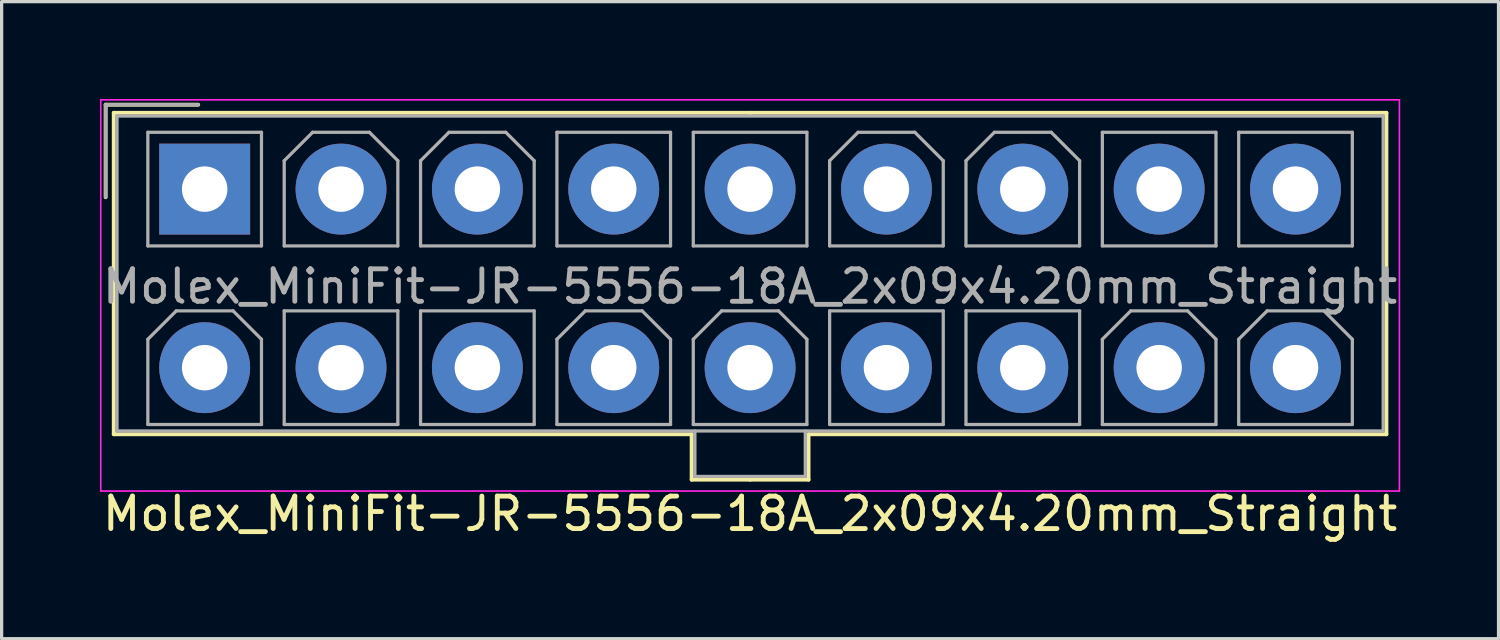
<source format=kicad_pcb>
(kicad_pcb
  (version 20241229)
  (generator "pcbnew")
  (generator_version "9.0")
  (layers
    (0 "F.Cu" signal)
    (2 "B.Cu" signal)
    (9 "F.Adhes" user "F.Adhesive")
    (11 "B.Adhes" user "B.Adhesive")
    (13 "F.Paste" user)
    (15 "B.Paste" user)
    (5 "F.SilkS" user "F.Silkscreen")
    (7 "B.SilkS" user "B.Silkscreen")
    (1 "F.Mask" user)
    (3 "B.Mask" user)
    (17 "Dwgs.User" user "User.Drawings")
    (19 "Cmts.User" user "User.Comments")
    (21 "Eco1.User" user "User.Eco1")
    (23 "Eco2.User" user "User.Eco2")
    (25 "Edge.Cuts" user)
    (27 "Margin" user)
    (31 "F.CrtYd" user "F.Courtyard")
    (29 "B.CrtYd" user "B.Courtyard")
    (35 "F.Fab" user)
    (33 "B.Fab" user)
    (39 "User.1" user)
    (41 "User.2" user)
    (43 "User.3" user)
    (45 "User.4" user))
  (footprint "Molex_MiniFit-JR-5556-18A_2x09x4.20mm_Straight"
    (layer "F.Cu")
    (at 3.254 2.775)
    (property "Reference" "Molex_MiniFit-JR-5556-18A_2x09x4.20mm_Straight" (at 16.8 10 0) (layer "F.SilkS") (effects (font (size 1 1) (thickness 0.15))))
    (attr through_hole)
    (fp_line (start -3.05 -2.6) (end -3.05 0.25) (stroke (width 0.12) (type solid)) (layer "F.SilkS"))
    (fp_line (start -2.8 -2.35) (end -2.8 7.55) (stroke (width 0.12) (type solid)) (layer "F.SilkS"))
    (fp_line (start -2.8 7.55) (end 15 7.55) (stroke (width 0.12) (type solid)) (layer "F.SilkS"))
    (fp_line (start -0.2 -2.6) (end -3.05 -2.6) (stroke (width 0.12) (type solid)) (layer "F.SilkS"))
    (fp_line (start 15 7.55) (end 15 8.95) (stroke (width 0.12) (type solid)) (layer "F.SilkS"))
    (fp_line (start 15 8.95) (end 16.8 8.95) (stroke (width 0.12) (type solid)) (layer "F.SilkS"))
    (fp_line (start 16.8 -2.35) (end -2.8 -2.35) (stroke (width 0.12) (type solid)) (layer "F.SilkS"))
    (fp_line (start 16.8 -2.35) (end 36.4 -2.35) (stroke (width 0.12) (type solid)) (layer "F.SilkS"))
    (fp_line (start 18.6 7.55) (end 18.6 8.95) (stroke (width 0.12) (type solid)) (layer "F.SilkS"))
    (fp_line (start 18.6 8.95) (end 16.8 8.95) (stroke (width 0.12) (type solid)) (layer "F.SilkS"))
    (fp_line (start 36.4 -2.35) (end 36.4 7.55) (stroke (width 0.12) (type solid)) (layer "F.SilkS"))
    (fp_line (start 36.4 7.55) (end 18.6 7.55) (stroke (width 0.12) (type solid)) (layer "F.SilkS"))
    (fp_line (start -3.2 -2.75) (end -3.2 9.3) (stroke (width 0.05) (type solid)) (layer "F.CrtYd"))
    (fp_line (start -3.2 9.3) (end 36.8 9.3) (stroke (width 0.05) (type solid)) (layer "F.CrtYd"))
    (fp_line (start 36.8 -2.75) (end -3.2 -2.75) (stroke (width 0.05) (type solid)) (layer "F.CrtYd"))
    (fp_line (start 36.8 9.3) (end 36.8 -2.75) (stroke (width 0.05) (type solid)) (layer "F.CrtYd"))
    (fp_line (start -3.05 -2.6) (end -3.05 0.25) (stroke (width 0.1) (type solid)) (layer "F.Fab"))
    (fp_line (start -2.7 -2.25) (end -2.7 7.45) (stroke (width 0.1) (type solid)) (layer "F.Fab"))
    (fp_line (start -2.7 7.45) (end 36.3 7.45) (stroke (width 0.1) (type solid)) (layer "F.Fab"))
    (fp_line (start -1.75 -1.75) (end -1.75 1.75) (stroke (width 0.1) (type solid)) (layer "F.Fab"))
    (fp_line (start -1.75 1.75) (end 1.75 1.75) (stroke (width 0.1) (type solid)) (layer "F.Fab"))
    (fp_line (start -1.75 4.625) (end -0.875 3.75) (stroke (width 0.1) (type solid)) (layer "F.Fab"))
    (fp_line (start -1.75 7.25) (end -1.75 4.625) (stroke (width 0.1) (type solid)) (layer "F.Fab"))
    (fp_line (start -0.875 3.75) (end 0.875 3.75) (stroke (width 0.1) (type solid)) (layer "F.Fab"))
    (fp_line (start -0.2 -2.6) (end -3.05 -2.6) (stroke (width 0.1) (type solid)) (layer "F.Fab"))
    (fp_line (start 0.875 3.75) (end 1.75 4.625) (stroke (width 0.1) (type solid)) (layer "F.Fab"))
    (fp_line (start 1.75 -1.75) (end -1.75 -1.75) (stroke (width 0.1) (type solid)) (layer "F.Fab"))
    (fp_line (start 1.75 1.75) (end 1.75 -1.75) (stroke (width 0.1) (type solid)) (layer "F.Fab"))
    (fp_line (start 1.75 4.625) (end 1.75 7.25) (stroke (width 0.1) (type solid)) (layer "F.Fab"))
    (fp_line (start 1.75 7.25) (end -1.75 7.25) (stroke (width 0.1) (type solid)) (layer "F.Fab"))
    (fp_line (start 2.45 -0.875) (end 3.325 -1.75) (stroke (width 0.1) (type solid)) (layer "F.Fab"))
    (fp_line (start 2.45 1.75) (end 2.45 -0.875) (stroke (width 0.1) (type solid)) (layer "F.Fab"))
    (fp_line (start 2.45 3.75) (end 2.45 7.25) (stroke (width 0.1) (type solid)) (layer "F.Fab"))
    (fp_line (start 2.45 7.25) (end 5.95 7.25) (stroke (width 0.1) (type solid)) (layer "F.Fab"))
    (fp_line (start 3.325 -1.75) (end 5.075 -1.75) (stroke (width 0.1) (type solid)) (layer "F.Fab"))
    (fp_line (start 5.075 -1.75) (end 5.95 -0.875) (stroke (width 0.1) (type solid)) (layer "F.Fab"))
    (fp_line (start 5.95 -0.875) (end 5.95 1.75) (stroke (width 0.1) (type solid)) (layer "F.Fab"))
    (fp_line (start 5.95 1.75) (end 2.45 1.75) (stroke (width 0.1) (type solid)) (layer "F.Fab"))
    (fp_line (start 5.95 3.75) (end 2.45 3.75) (stroke (width 0.1) (type solid)) (layer "F.Fab"))
    (fp_line (start 5.95 7.25) (end 5.95 3.75) (stroke (width 0.1) (type solid)) (layer "F.Fab"))
    (fp_line (start 6.65 -0.875) (end 7.525 -1.75) (stroke (width 0.1) (type solid)) (layer "F.Fab"))
    (fp_line (start 6.65 1.75) (end 6.65 -0.875) (stroke (width 0.1) (type solid)) (layer "F.Fab"))
    (fp_line (start 6.65 3.75) (end 6.65 7.25) (stroke (width 0.1) (type solid)) (layer "F.Fab"))
    (fp_line (start 6.65 7.25) (end 10.15 7.25) (stroke (width 0.1) (type solid)) (layer "F.Fab"))
    (fp_line (start 7.525 -1.75) (end 9.275 -1.75) (stroke (width 0.1) (type solid)) (layer "F.Fab"))
    (fp_line (start 9.275 -1.75) (end 10.15 -0.875) (stroke (width 0.1) (type solid)) (layer "F.Fab"))
    (fp_line (start 10.15 -0.875) (end 10.15 1.75) (stroke (width 0.1) (type solid)) (layer "F.Fab"))
    (fp_line (start 10.15 1.75) (end 6.65 1.75) (stroke (width 0.1) (type solid)) (layer "F.Fab"))
    (fp_line (start 10.15 3.75) (end 6.65 3.75) (stroke (width 0.1) (type solid)) (layer "F.Fab"))
    (fp_line (start 10.15 7.25) (end 10.15 3.75) (stroke (width 0.1) (type solid)) (layer "F.Fab"))
    (fp_line (start 10.85 -1.75) (end 10.85 1.75) (stroke (width 0.1) (type solid)) (layer "F.Fab"))
    (fp_line (start 10.85 1.75) (end 14.35 1.75) (stroke (width 0.1) (type solid)) (layer "F.Fab"))
    (fp_line (start 10.85 4.625) (end 11.725 3.75) (stroke (width 0.1) (type solid)) (layer "F.Fab"))
    (fp_line (start 10.85 7.25) (end 10.85 4.625) (stroke (width 0.1) (type solid)) (layer "F.Fab"))
    (fp_line (start 11.725 3.75) (end 13.475 3.75) (stroke (width 0.1) (type solid)) (layer "F.Fab"))
    (fp_line (start 13.475 3.75) (end 14.35 4.625) (stroke (width 0.1) (type solid)) (layer "F.Fab"))
    (fp_line (start 14.35 -1.75) (end 10.85 -1.75) (stroke (width 0.1) (type solid)) (layer "F.Fab"))
    (fp_line (start 14.35 1.75) (end 14.35 -1.75) (stroke (width 0.1) (type solid)) (layer "F.Fab"))
    (fp_line (start 14.35 4.625) (end 14.35 7.25) (stroke (width 0.1) (type solid)) (layer "F.Fab"))
    (fp_line (start 14.35 7.25) (end 10.85 7.25) (stroke (width 0.1) (type solid)) (layer "F.Fab"))
    (fp_line (start 15.05 -1.75) (end 15.05 1.75) (stroke (width 0.1) (type solid)) (layer "F.Fab"))
    (fp_line (start 15.05 1.75) (end 18.55 1.75) (stroke (width 0.1) (type solid)) (layer "F.Fab"))
    (fp_line (start 15.05 4.625) (end 15.925 3.75) (stroke (width 0.1) (type solid)) (layer "F.Fab"))
    (fp_line (start 15.05 7.25) (end 15.05 4.625) (stroke (width 0.1) (type solid)) (layer "F.Fab"))
    (fp_line (start 15.1 7.45) (end 15.1 8.85) (stroke (width 0.1) (type solid)) (layer "F.Fab"))
    (fp_line (start 15.1 8.85) (end 18.5 8.85) (stroke (width 0.1) (type solid)) (layer "F.Fab"))
    (fp_line (start 15.925 3.75) (end 17.675 3.75) (stroke (width 0.1) (type solid)) (layer "F.Fab"))
    (fp_line (start 17.675 3.75) (end 18.55 4.625) (stroke (width 0.1) (type solid)) (layer "F.Fab"))
    (fp_line (start 18.5 8.85) (end 18.5 7.45) (stroke (width 0.1) (type solid)) (layer "F.Fab"))
    (fp_line (start 18.55 -1.75) (end 15.05 -1.75) (stroke (width 0.1) (type solid)) (layer "F.Fab"))
    (fp_line (start 18.55 1.75) (end 18.55 -1.75) (stroke (width 0.1) (type solid)) (layer "F.Fab"))
    (fp_line (start 18.55 4.625) (end 18.55 7.25) (stroke (width 0.1) (type solid)) (layer "F.Fab"))
    (fp_line (start 18.55 7.25) (end 15.05 7.25) (stroke (width 0.1) (type solid)) (layer "F.Fab"))
    (fp_line (start 19.25 -0.875) (end 20.125 -1.75) (stroke (width 0.1) (type solid)) (layer "F.Fab"))
    (fp_line (start 19.25 1.75) (end 19.25 -0.875) (stroke (width 0.1) (type solid)) (layer "F.Fab"))
    (fp_line (start 19.25 3.75) (end 19.25 7.25) (stroke (width 0.1) (type solid)) (layer "F.Fab"))
    (fp_line (start 19.25 7.25) (end 22.75 7.25) (stroke (width 0.1) (type solid)) (layer "F.Fab"))
    (fp_line (start 20.125 -1.75) (end 21.875 -1.75) (stroke (width 0.1) (type solid)) (layer "F.Fab"))
    (fp_line (start 21.875 -1.75) (end 22.75 -0.875) (stroke (width 0.1) (type solid)) (layer "F.Fab"))
    (fp_line (start 22.75 -0.875) (end 22.75 1.75) (stroke (width 0.1) (type solid)) (layer "F.Fab"))
    (fp_line (start 22.75 1.75) (end 19.25 1.75) (stroke (width 0.1) (type solid)) (layer "F.Fab"))
    (fp_line (start 22.75 3.75) (end 19.25 3.75) (stroke (width 0.1) (type solid)) (layer "F.Fab"))
    (fp_line (start 22.75 7.25) (end 22.75 3.75) (stroke (width 0.1) (type solid)) (layer "F.Fab"))
    (fp_line (start 23.45 -0.875) (end 24.325 -1.75) (stroke (width 0.1) (type solid)) (layer "F.Fab"))
    (fp_line (start 23.45 1.75) (end 23.45 -0.875) (stroke (width 0.1) (type solid)) (layer "F.Fab"))
    (fp_line (start 23.45 3.75) (end 23.45 7.25) (stroke (width 0.1) (type solid)) (layer "F.Fab"))
    (fp_line (start 23.45 7.25) (end 26.95 7.25) (stroke (width 0.1) (type solid)) (layer "F.Fab"))
    (fp_line (start 24.325 -1.75) (end 26.075 -1.75) (stroke (width 0.1) (type solid)) (layer "F.Fab"))
    (fp_line (start 26.075 -1.75) (end 26.95 -0.875) (stroke (width 0.1) (type solid)) (layer "F.Fab"))
    (fp_line (start 26.95 -0.875) (end 26.95 1.75) (stroke (width 0.1) (type solid)) (layer "F.Fab"))
    (fp_line (start 26.95 1.75) (end 23.45 1.75) (stroke (width 0.1) (type solid)) (layer "F.Fab"))
    (fp_line (start 26.95 3.75) (end 23.45 3.75) (stroke (width 0.1) (type solid)) (layer "F.Fab"))
    (fp_line (start 26.95 7.25) (end 26.95 3.75) (stroke (width 0.1) (type solid)) (layer "F.Fab"))
    (fp_line (start 27.65 -1.75) (end 27.65 1.75) (stroke (width 0.1) (type solid)) (layer "F.Fab"))
    (fp_line (start 27.65 1.75) (end 31.15 1.75) (stroke (width 0.1) (type solid)) (layer "F.Fab"))
    (fp_line (start 27.65 4.625) (end 28.525 3.75) (stroke (width 0.1) (type solid)) (layer "F.Fab"))
    (fp_line (start 27.65 7.25) (end 27.65 4.625) (stroke (width 0.1) (type solid)) (layer "F.Fab"))
    (fp_line (start 28.525 3.75) (end 30.275 3.75) (stroke (width 0.1) (type solid)) (layer "F.Fab"))
    (fp_line (start 30.275 3.75) (end 31.15 4.625) (stroke (width 0.1) (type solid)) (layer "F.Fab"))
    (fp_line (start 31.15 -1.75) (end 27.65 -1.75) (stroke (width 0.1) (type solid)) (layer "F.Fab"))
    (fp_line (start 31.15 1.75) (end 31.15 -1.75) (stroke (width 0.1) (type solid)) (layer "F.Fab"))
    (fp_line (start 31.15 4.625) (end 31.15 7.25) (stroke (width 0.1) (type solid)) (layer "F.Fab"))
    (fp_line (start 31.15 7.25) (end 27.65 7.25) (stroke (width 0.1) (type solid)) (layer "F.Fab"))
    (fp_line (start 31.85 -1.75) (end 31.85 1.75) (stroke (width 0.1) (type solid)) (layer "F.Fab"))
    (fp_line (start 31.85 1.75) (end 35.35 1.75) (stroke (width 0.1) (type solid)) (layer "F.Fab"))
    (fp_line (start 31.85 4.625) (end 32.725 3.75) (stroke (width 0.1) (type solid)) (layer "F.Fab"))
    (fp_line (start 31.85 7.25) (end 31.85 4.625) (stroke (width 0.1) (type solid)) (layer "F.Fab"))
    (fp_line (start 32.725 3.75) (end 34.475 3.75) (stroke (width 0.1) (type solid)) (layer "F.Fab"))
    (fp_line (start 34.475 3.75) (end 35.35 4.625) (stroke (width 0.1) (type solid)) (layer "F.Fab"))
    (fp_line (start 35.35 -1.75) (end 31.85 -1.75) (stroke (width 0.1) (type solid)) (layer "F.Fab"))
    (fp_line (start 35.35 1.75) (end 35.35 -1.75) (stroke (width 0.1) (type solid)) (layer "F.Fab"))
    (fp_line (start 35.35 4.625) (end 35.35 7.25) (stroke (width 0.1) (type solid)) (layer "F.Fab"))
    (fp_line (start 35.35 7.25) (end 31.85 7.25) (stroke (width 0.1) (type solid)) (layer "F.Fab"))
    (fp_line (start 36.3 -2.25) (end -2.7 -2.25) (stroke (width 0.1) (type solid)) (layer "F.Fab"))
    (fp_line (start 36.3 7.45) (end 36.3 -2.25) (stroke (width 0.1) (type solid)) (layer "F.Fab"))
    (fp_text user "${REFERENCE}" (at 16.8 3 0) (layer "F.Fab") (effects (font (size 1 1) (thickness 0.15))))
    (pad "1" thru_hole rect (at 0 0) (size 2.8 2.8) (drill 1.4) (layers "*.Cu" "*.Mask"))
    (pad "2" thru_hole circle (at 4.2 0) (size 2.8 2.8) (drill 1.4) (layers "*.Cu" "*.Mask"))
    (pad "3" thru_hole circle (at 8.4 0) (size 2.8 2.8) (drill 1.4) (layers "*.Cu" "*.Mask"))
    (pad "4" thru_hole circle (at 12.6 0) (size 2.8 2.8) (drill 1.4) (layers "*.Cu" "*.Mask"))
    (pad "5" thru_hole circle (at 16.8 0) (size 2.8 2.8) (drill 1.4) (layers "*.Cu" "*.Mask"))
    (pad "6" thru_hole circle (at 21 0) (size 2.8 2.8) (drill 1.4) (layers "*.Cu" "*.Mask"))
    (pad "7" thru_hole circle (at 25.2 0) (size 2.8 2.8) (drill 1.4) (layers "*.Cu" "*.Mask"))
    (pad "8" thru_hole circle (at 29.4 0) (size 2.8 2.8) (drill 1.4) (layers "*.Cu" "*.Mask"))
    (pad "9" thru_hole circle (at 33.6 0) (size 2.8 2.8) (drill 1.4) (layers "*.Cu" "*.Mask"))
    (pad "10" thru_hole circle (at 0 5.5) (size 2.8 2.8) (drill 1.4) (layers "*.Cu" "*.Mask"))
    (pad "11" thru_hole circle (at 4.2 5.5) (size 2.8 2.8) (drill 1.4) (layers "*.Cu" "*.Mask"))
    (pad "12" thru_hole circle (at 8.4 5.5) (size 2.8 2.8) (drill 1.4) (layers "*.Cu" "*.Mask"))
    (pad "13" thru_hole circle (at 12.6 5.5) (size 2.8 2.8) (drill 1.4) (layers "*.Cu" "*.Mask"))
    (pad "14" thru_hole circle (at 16.8 5.5) (size 2.8 2.8) (drill 1.4) (layers "*.Cu" "*.Mask"))
    (pad "15" thru_hole circle (at 21 5.5) (size 2.8 2.8) (drill 1.4) (layers "*.Cu" "*.Mask"))
    (pad "16" thru_hole circle (at 25.2 5.5) (size 2.8 2.8) (drill 1.4) (layers "*.Cu" "*.Mask"))
    (pad "17" thru_hole circle (at 29.4 5.5) (size 2.8 2.8) (drill 1.4) (layers "*.Cu" "*.Mask"))
    (pad "18" thru_hole circle (at 33.6 5.5) (size 2.8 2.8) (drill 1.4) (layers "*.Cu" "*.Mask")))
  (gr_rect
    (start -3 -3)
    (end 43.107 16.623)
    (stroke (width 0.1) (type default))
    (fill no)
    (layer "Edge.Cuts")))
</source>
